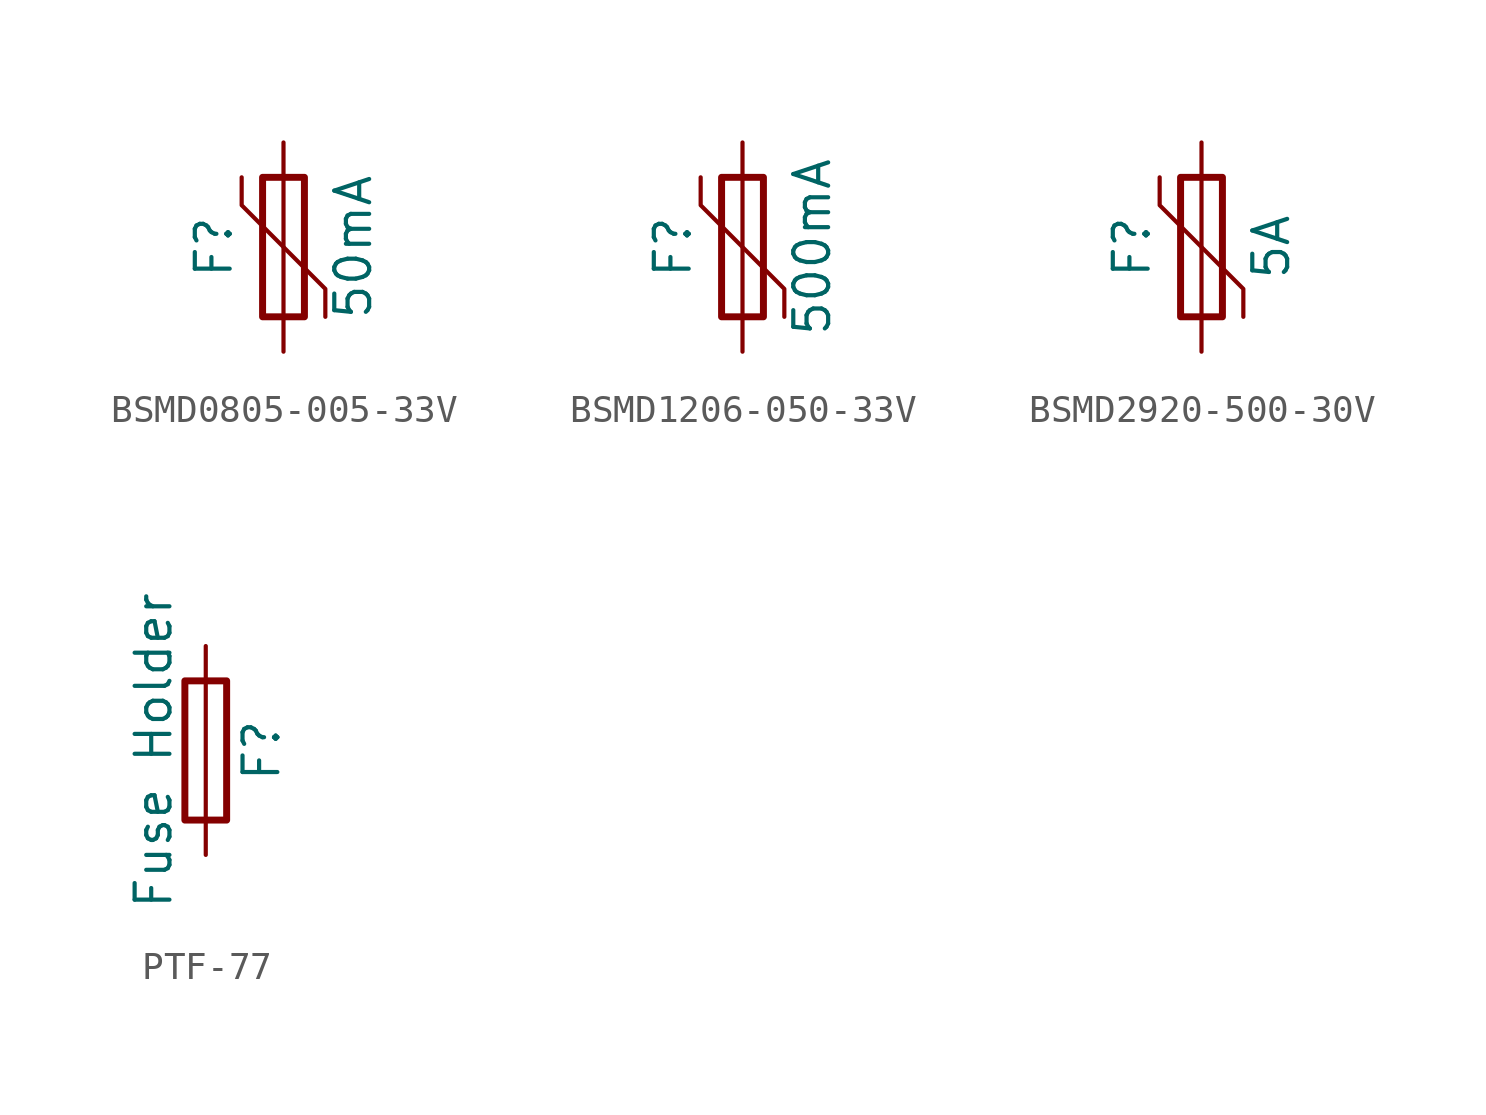
<source format=kicad_sym>
(kicad_symbol_lib
  (version 20211014)
  (symbol "BSMD0805-005-33V"
    (pin_numbers
      (hide yes))
    (pin_names
      (offset 0))
    (property "Reference" "F"
      (at -2.54 0 90)
      (effects (font (size 1.27 1.27))))
    (property "Value" "50mA"
      (at 2.54 0 90)
      (effects (font (size 1.27 1.27))))
    (symbol "BSMD0805-005-33V_0_1"
      (polyline (pts (xy -1.524 2.54) (xy -1.524 1.524) (xy 1.524 -1.524) (xy 1.524 -2.54)) (stroke (width 0) (type default)) (fill (type none)))
      (rectangle (start -0.762 2.54) (end 0.762 -2.54) (stroke (width 0.254) (type default)) (fill (type none)))
      (polyline (pts (xy 0 2.54) (xy 0 -2.54)) (stroke (width 0) (type default)) (fill (type none))))
    (symbol "BSMD0805-005-33V_1_1"
      (pin passive line (at 0 3.81 270) (length 1.27) (name "~" (effects (font (size 1.27 1.27)))) (number "1" (effects (font (size 1.27 1.27)))))
      (pin passive line (at 0 -3.81 90) (length 1.27) (name "~" (effects (font (size 1.27 1.27)))) (number "2" (effects (font (size 1.27 1.27)))))))
  (symbol "BSMD1206-050-33V"
    (pin_numbers
      (hide yes))
    (pin_names
      (offset 0))
    (property "Reference" "F"
      (at -2.54 0 90)
      (effects (font (size 1.27 1.27))))
    (property "Value" "500mA"
      (at 2.54 0 90)
      (effects (font (size 1.27 1.27))))
    (symbol "BSMD1206-050-33V_0_1"
      (polyline (pts (xy -1.524 2.54) (xy -1.524 1.524) (xy 1.524 -1.524) (xy 1.524 -2.54)) (stroke (width 0) (type default)) (fill (type none)))
      (rectangle (start -0.762 2.54) (end 0.762 -2.54) (stroke (width 0.254) (type default)) (fill (type none)))
      (polyline (pts (xy 0 2.54) (xy 0 -2.54)) (stroke (width 0) (type default)) (fill (type none))))
    (symbol "BSMD1206-050-33V_1_1"
      (pin passive line (at 0 3.81 270) (length 1.27) (name "~" (effects (font (size 1.27 1.27)))) (number "1" (effects (font (size 1.27 1.27)))))
      (pin passive line (at 0 -3.81 90) (length 1.27) (name "~" (effects (font (size 1.27 1.27)))) (number "2" (effects (font (size 1.27 1.27)))))))
  (symbol "BSMD2920-500-30V"
    (pin_numbers
      (hide yes))
    (pin_names
      (offset 0))
    (property "Reference" "F"
      (at -2.54 0 90)
      (effects (font (size 1.27 1.27))))
    (property "Value" "5A"
      (at 2.54 0 90)
      (effects (font (size 1.27 1.27))))
    (symbol "BSMD2920-500-30V_0_1"
      (polyline (pts (xy -1.524 2.54) (xy -1.524 1.524) (xy 1.524 -1.524) (xy 1.524 -2.54)) (stroke (width 0) (type default)) (fill (type none)))
      (rectangle (start -0.762 2.54) (end 0.762 -2.54) (stroke (width 0.254) (type default)) (fill (type none)))
      (polyline (pts (xy 0 2.54) (xy 0 -2.54)) (stroke (width 0) (type default)) (fill (type none))))
    (symbol "BSMD2920-500-30V_1_1"
      (pin passive line (at 0 3.81 270) (length 1.27) (name "~" (effects (font (size 1.27 1.27)))) (number "1" (effects (font (size 1.27 1.27)))))
      (pin passive line (at 0 -3.81 90) (length 1.27) (name "~" (effects (font (size 1.27 1.27)))) (number "2" (effects (font (size 1.27 1.27)))))))
  (symbol "PTF-77"
    (pin_numbers
      (hide yes))
    (pin_names
      (offset 0))
    (property "Reference" "F"
      (at 2.032 0 90)
      (effects (font (size 1.27 1.27))))
    (property "Value" "Fuse Holder"
      (at -1.905 0 90)
      (effects (font (size 1.27 1.27))))
    (symbol "PTF-77_0_1"
      (rectangle (start -0.762 -2.54) (end 0.762 2.54) (stroke (width 0.254) (type default)) (fill (type none)))
      (polyline (pts (xy 0 2.54) (xy 0 -2.54)) (stroke (width 0) (type default)) (fill (type none))))
    (symbol "PTF-77_1_1"
      (pin passive line (at 0 3.81 270) (length 1.27) (name "~" (effects (font (size 1.27 1.27)))) (number "1" (effects (font (size 1.27 1.27)))))
      (pin passive line (at 0 -3.81 90) (length 1.27) (name "~" (effects (font (size 1.27 1.27)))) (number "2" (effects (font (size 1.27 1.27))))))))
</source>
